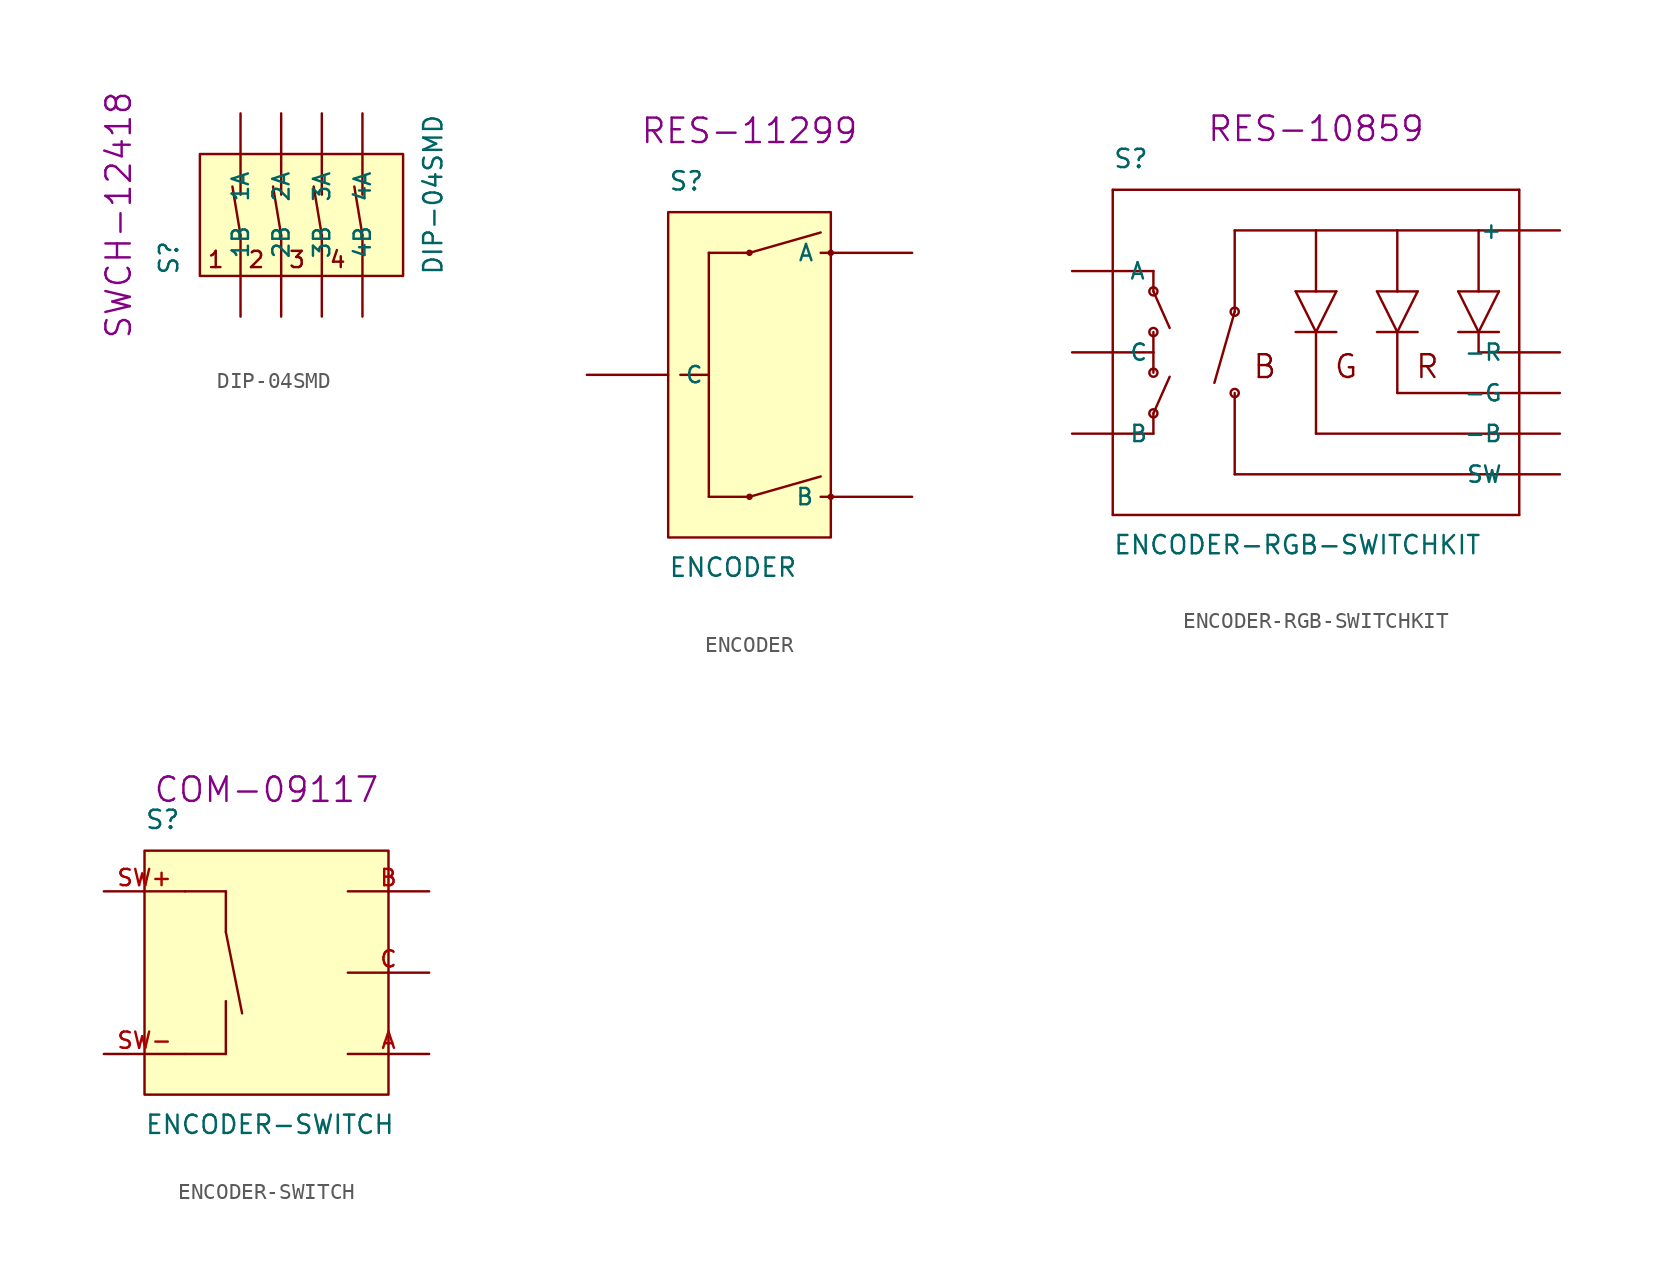
<source format=kicad_sym>
(kicad_symbol_lib
  (version 20220914)
  (generator kicad_symbol_editor)
  (symbol "DIP-04SMD"
    (pin_numbers hide)
    (pin_names
      (offset 1.016))
    (property "Reference" "S"
      (at -7.62 -3.81 90)
      (effects (font (size 1.143 1.143)) (justify left bottom)))
    (property "Value" "DIP-04SMD"
      (at 8.89 -3.81 90)
      (effects (font (size 1.143 1.143)) (justify left bottom)))
    (property "Field4" "SWCH-12418"
      (at -11.43 0 90)
      (effects (font (size 1.524 1.524))))
    (property "ki_locked" ""
      (at 0 0 0)
      (effects (font (size 1.27 1.27))))
    (symbol "DIP-04SMD_1_0"
      (polyline (pts (xy -3.81 -3.81) (xy -3.81 -1.27)) (stroke (width 0) (type solid)) (fill (type none)))
      (polyline (pts (xy -3.81 -1.27) (xy -4.318 1.778)) (stroke (width 0) (type solid)) (fill (type none)))
      (polyline (pts (xy -3.81 3.81) (xy -3.81 1.27)) (stroke (width 0) (type solid)) (fill (type none)))
      (polyline (pts (xy -1.27 -3.81) (xy -1.27 -1.27)) (stroke (width 0) (type solid)) (fill (type none)))
      (polyline (pts (xy -1.27 -1.27) (xy -1.778 1.778)) (stroke (width 0) (type solid)) (fill (type none)))
      (polyline (pts (xy -1.27 3.81) (xy -1.27 1.27)) (stroke (width 0) (type solid)) (fill (type none)))
      (polyline (pts (xy 1.27 -3.81) (xy 1.27 -1.27)) (stroke (width 0) (type solid)) (fill (type none)))
      (polyline (pts (xy 1.27 -1.27) (xy 0.762 1.778)) (stroke (width 0) (type solid)) (fill (type none)))
      (polyline (pts (xy 1.27 3.81) (xy 1.27 1.27)) (stroke (width 0) (type solid)) (fill (type none)))
      (polyline (pts (xy 3.81 -3.81) (xy 3.81 -1.27)) (stroke (width 0) (type solid)) (fill (type none)))
      (polyline (pts (xy 3.81 -1.27) (xy 3.302 1.778)) (stroke (width 0) (type solid)) (fill (type none)))
      (polyline (pts (xy 3.81 3.81) (xy 3.81 1.27)) (stroke (width 0) (type solid)) (fill (type none)))
      (text "1" (at -5.359 -2.794 0) (effects (font (size 1.016 1.016))))
      (text "2" (at -2.819 -2.794 0) (effects (font (size 1.016 1.016))))
      (text "3" (at -0.279 -2.794 0) (effects (font (size 1.016 1.016))))
      (text "4" (at 2.261 -2.794 0) (effects (font (size 1.016 1.016)))))
    (symbol "DIP-04SMD_1_1"
      (polyline (pts (xy -6.35 3.81) (xy 6.35 3.81) (xy 6.35 -3.81) (xy -6.35 -3.81) (xy -6.35 3.81)) (stroke (width 0) (type solid)) (fill (type background)))
      (pin bidirectional line (at -3.81 6.35 270) (length 2.54) (name "1A" (effects (font (size 1.016 1.016)))) (number "1" (effects (font (size 1.016 1.016)))))
      (pin bidirectional line (at -1.27 6.35 270) (length 2.54) (name "2A" (effects (font (size 1.016 1.016)))) (number "2" (effects (font (size 1.016 1.016)))))
      (pin bidirectional line (at 1.27 6.35 270) (length 2.54) (name "3A" (effects (font (size 1.016 1.016)))) (number "3" (effects (font (size 1.016 1.016)))))
      (pin bidirectional line (at 3.81 6.35 270) (length 2.54) (name "4A" (effects (font (size 1.016 1.016)))) (number "4" (effects (font (size 1.016 1.016)))))
      (pin bidirectional line (at 3.81 -6.35 90) (length 2.54) (name "4B" (effects (font (size 1.016 1.016)))) (number "5" (effects (font (size 1.016 1.016)))))
      (pin bidirectional line (at 1.27 -6.35 90) (length 2.54) (name "3B" (effects (font (size 1.016 1.016)))) (number "6" (effects (font (size 1.016 1.016)))))
      (pin bidirectional line (at -1.27 -6.35 90) (length 2.54) (name "2B" (effects (font (size 1.016 1.016)))) (number "7" (effects (font (size 1.016 1.016)))))
      (pin bidirectional line (at -3.81 -6.35 90) (length 2.54) (name "1B" (effects (font (size 1.016 1.016)))) (number "8" (effects (font (size 1.016 1.016)))))))
  (symbol "ENCODER"
    (pin_numbers hide)
    (pin_names
      (offset 1.016))
    (property "Reference" "S"
      (at -5.08 11.43 0)
      (effects (font (size 1.143 1.143)) (justify left bottom)))
    (property "Value" "ENCODER"
      (at -5.08 -12.7 0)
      (effects (font (size 1.143 1.143)) (justify left bottom)))
    (property "Field4" "RES-11299"
      (at 0 15.24 0)
      (effects (font (size 1.524 1.524))))
    (property "ki_locked" ""
      (at 0 0 0)
      (effects (font (size 1.27 1.27))))
    (symbol "ENCODER_1_0"
      (polyline (pts (xy -2.54 -7.62) (xy 0 -7.62)) (stroke (width 0) (type solid)) (fill (type none)))
      (polyline (pts (xy -2.54 0) (xy -4.318 0)) (stroke (width 0) (type solid)) (fill (type none)))
      (polyline (pts (xy -2.54 0) (xy -2.54 -7.62)) (stroke (width 0) (type solid)) (fill (type none)))
      (polyline (pts (xy -2.54 7.62) (xy -2.54 0)) (stroke (width 0) (type solid)) (fill (type none)))
      (polyline (pts (xy 0 -7.62) (xy 4.445 -6.35)) (stroke (width 0) (type solid)) (fill (type none)))
      (polyline (pts (xy 0 7.62) (xy -2.54 7.62)) (stroke (width 0) (type solid)) (fill (type none)))
      (polyline (pts (xy 0 7.62) (xy 4.445 8.89)) (stroke (width 0) (type solid)) (fill (type none)))
      (polyline (pts (xy 4.445 -7.62) (xy 5.08 -7.62)) (stroke (width 0) (type solid)) (fill (type none)))
      (polyline (pts (xy 4.445 7.62) (xy 5.08 7.62)) (stroke (width 0) (type solid)) (fill (type none))))
    (symbol "ENCODER_1_1"
      (circle (center 0 -7.62) (radius 0.127) (stroke (width 0) (type solid)) (fill (type outline)))
      (polyline (pts (xy 5.08 10.16) (xy -5.08 10.16) (xy -5.08 -10.16) (xy 5.08 -10.16) (xy 5.08 10.16)) (stroke (width 0) (type solid)) (fill (type background)))
      (circle (center 0 7.62) (radius 0.127) (stroke (width 0) (type solid)) (fill (type outline)))
      (circle (center 5.08 -7.62) (radius 0.127) (stroke (width 0) (type solid)) (fill (type outline)))
      (circle (center 5.08 7.62) (radius 0.127) (stroke (width 0) (type solid)) (fill (type outline)))
      (pin bidirectional line (at 10.16 7.62 180) (length 5.08) (name "A" (effects (font (size 1.016 1.016)))) (number "A" (effects (font (size 1.016 1.016)))))
      (pin bidirectional line (at 10.16 -7.62 180) (length 5.08) (name "B" (effects (font (size 1.016 1.016)))) (number "B" (effects (font (size 1.016 1.016)))))
      (pin bidirectional line (at -10.16 0 0) (length 5.08) (name "C" (effects (font (size 1.016 1.016)))) (number "C" (effects (font (size 1.016 1.016)))))))
  (symbol "ENCODER-RGB-SWITCHKIT"
    (pin_numbers hide)
    (pin_names
      (offset 1.016))
    (property "Reference" "S"
      (at -12.7 11.43 0)
      (effects (font (size 1.143 1.143)) (justify left bottom)))
    (property "Value" "ENCODER-RGB-SWITCHKIT"
      (at -12.7 -12.7 0)
      (effects (font (size 1.143 1.143)) (justify left bottom)))
    (property "Field4" "RES-10859"
      (at 0 13.97 0)
      (effects (font (size 1.524 1.524))))
    (property "ki_locked" ""
      (at 0 0 0)
      (effects (font (size 1.27 1.27))))
    (symbol "ENCODER-RGB-SWITCHKIT_1_0"
      (polyline (pts (xy -12.7 -10.16) (xy 12.7 -10.16)) (stroke (width 0) (type solid)) (fill (type none)))
      (polyline (pts (xy -12.7 -5.08) (xy -12.7 -10.16)) (stroke (width 0) (type solid)) (fill (type none)))
      (polyline (pts (xy -12.7 0) (xy -12.7 -5.08)) (stroke (width 0) (type solid)) (fill (type none)))
      (polyline (pts (xy -12.7 5.08) (xy -12.7 0)) (stroke (width 0) (type solid)) (fill (type none)))
      (polyline (pts (xy -12.7 5.08) (xy -10.16 5.08)) (stroke (width 0) (type solid)) (fill (type none)))
      (polyline (pts (xy -12.7 10.16) (xy -12.7 5.08)) (stroke (width 0) (type solid)) (fill (type none)))
      (polyline (pts (xy -10.16 -5.08) (xy -12.7 -5.08)) (stroke (width 0) (type solid)) (fill (type none)))
      (polyline (pts (xy -10.16 -5.08) (xy -10.16 -3.81)) (stroke (width 0) (type solid)) (fill (type none)))
      (polyline (pts (xy -10.16 -3.81) (xy -9.144 -1.524)) (stroke (width 0) (type solid)) (fill (type none)))
      (polyline (pts (xy -10.16 0) (xy -12.7 0)) (stroke (width 0) (type solid)) (fill (type none)))
      (polyline (pts (xy -10.16 0) (xy -10.16 -1.27)) (stroke (width 0) (type solid)) (fill (type none)))
      (polyline (pts (xy -10.16 0) (xy -10.16 1.27)) (stroke (width 0) (type solid)) (fill (type none)))
      (polyline (pts (xy -10.16 3.81) (xy -9.144 1.524)) (stroke (width 0) (type solid)) (fill (type none)))
      (polyline (pts (xy -10.16 5.08) (xy -10.16 3.81)) (stroke (width 0) (type solid)) (fill (type none)))
      (polyline (pts (xy -5.08 -7.62) (xy -5.08 -2.54)) (stroke (width 0) (type solid)) (fill (type none)))
      (polyline (pts (xy -5.08 -7.62) (xy 12.7 -7.62)) (stroke (width 0) (type solid)) (fill (type none)))
      (polyline (pts (xy -5.08 2.54) (xy -6.35 -1.905)) (stroke (width 0) (type solid)) (fill (type none)))
      (polyline (pts (xy -5.08 7.62) (xy -5.08 2.54)) (stroke (width 0) (type solid)) (fill (type none)))
      (polyline (pts (xy -5.08 7.62) (xy 0 7.62)) (stroke (width 0) (type solid)) (fill (type none)))
      (polyline (pts (xy -1.27 1.27) (xy 0 1.27)) (stroke (width 0) (type solid)) (fill (type none)))
      (polyline (pts (xy -1.27 3.81) (xy 0 1.27)) (stroke (width 0) (type solid)) (fill (type none)))
      (polyline (pts (xy -1.27 3.81) (xy 0 3.81)) (stroke (width 0) (type solid)) (fill (type none)))
      (polyline (pts (xy 0 -5.08) (xy 0 1.27)) (stroke (width 0) (type solid)) (fill (type none)))
      (polyline (pts (xy 0 -5.08) (xy 12.7 -5.08)) (stroke (width 0) (type solid)) (fill (type none)))
      (polyline (pts (xy 0 1.27) (xy 1.27 1.27)) (stroke (width 0) (type solid)) (fill (type none)))
      (polyline (pts (xy 0 1.27) (xy 1.27 3.81)) (stroke (width 0) (type solid)) (fill (type none)))
      (polyline (pts (xy 0 3.81) (xy 1.27 3.81)) (stroke (width 0) (type solid)) (fill (type none)))
      (polyline (pts (xy 0 7.62) (xy 0 3.81)) (stroke (width 0) (type solid)) (fill (type none)))
      (polyline (pts (xy 0 7.62) (xy 5.08 7.62)) (stroke (width 0) (type solid)) (fill (type none)))
      (polyline (pts (xy 3.81 1.27) (xy 5.08 1.27)) (stroke (width 0) (type solid)) (fill (type none)))
      (polyline (pts (xy 3.81 3.81) (xy 5.08 1.27)) (stroke (width 0) (type solid)) (fill (type none)))
      (polyline (pts (xy 3.81 3.81) (xy 5.08 3.81)) (stroke (width 0) (type solid)) (fill (type none)))
      (polyline (pts (xy 5.08 -2.54) (xy 5.08 1.27)) (stroke (width 0) (type solid)) (fill (type none)))
      (polyline (pts (xy 5.08 -2.54) (xy 12.7 -2.54)) (stroke (width 0) (type solid)) (fill (type none)))
      (polyline (pts (xy 5.08 1.27) (xy 6.35 1.27)) (stroke (width 0) (type solid)) (fill (type none)))
      (polyline (pts (xy 5.08 1.27) (xy 6.35 3.81)) (stroke (width 0) (type solid)) (fill (type none)))
      (polyline (pts (xy 5.08 3.81) (xy 6.35 3.81)) (stroke (width 0) (type solid)) (fill (type none)))
      (polyline (pts (xy 5.08 7.62) (xy 5.08 3.81)) (stroke (width 0) (type solid)) (fill (type none)))
      (polyline (pts (xy 5.08 7.62) (xy 10.16 7.62)) (stroke (width 0) (type solid)) (fill (type none)))
      (polyline (pts (xy 8.89 1.27) (xy 10.16 1.27)) (stroke (width 0) (type solid)) (fill (type none)))
      (polyline (pts (xy 8.89 3.81) (xy 10.16 1.27)) (stroke (width 0) (type solid)) (fill (type none)))
      (polyline (pts (xy 8.89 3.81) (xy 10.16 3.81)) (stroke (width 0) (type solid)) (fill (type none)))
      (polyline (pts (xy 10.16 0) (xy 10.16 1.27)) (stroke (width 0) (type solid)) (fill (type none)))
      (polyline (pts (xy 10.16 0) (xy 12.7 0)) (stroke (width 0) (type solid)) (fill (type none)))
      (polyline (pts (xy 10.16 1.27) (xy 11.43 1.27)) (stroke (width 0) (type solid)) (fill (type none)))
      (polyline (pts (xy 10.16 1.27) (xy 11.43 3.81)) (stroke (width 0) (type solid)) (fill (type none)))
      (polyline (pts (xy 10.16 3.81) (xy 11.43 3.81)) (stroke (width 0) (type solid)) (fill (type none)))
      (polyline (pts (xy 10.16 7.62) (xy 10.16 3.81)) (stroke (width 0) (type solid)) (fill (type none)))
      (polyline (pts (xy 10.16 7.62) (xy 12.7 7.62)) (stroke (width 0) (type solid)) (fill (type none)))
      (polyline (pts (xy 12.7 10.16) (xy -12.7 10.16)) (stroke (width 0) (type solid)) (fill (type none)))
      (polyline (pts (xy 12.7 10.16) (xy 12.7 -10.16)) (stroke (width 0) (type solid)) (fill (type none)))
      (text "B" (at -3.2 -0.889 0) (effects (font (size 1.422 1.422))))
      (text "G" (at 1.88 -0.889 0) (effects (font (size 1.422 1.422))))
      (text "R" (at 6.96 -0.889 0) (effects (font (size 1.422 1.422)))))
    (symbol "ENCODER-RGB-SWITCHKIT_1_1"
      (circle (center -10.16 -3.81) (radius 0.254) (stroke (width 0) (type solid)) (fill (type none)))
      (circle (center -10.16 -1.27) (radius 0.254) (stroke (width 0) (type solid)) (fill (type none)))
      (circle (center -10.16 1.27) (radius 0.254) (stroke (width 0) (type solid)) (fill (type none)))
      (circle (center -10.16 3.81) (radius 0.254) (stroke (width 0) (type solid)) (fill (type none)))
      (circle (center -5.08 -2.54) (radius 0.254) (stroke (width 0) (type solid)) (fill (type none)))
      (circle (center -5.08 2.54) (radius 0.254) (stroke (width 0) (type solid)) (fill (type none)))
      (pin passive line (at 15.24 0 180) (length 2.54) (name "-R" (effects (font (size 1.016 1.016)))) (number "1" (effects (font (size 1.016 1.016)))))
      (pin passive line (at 15.24 -2.54 180) (length 2.54) (name "-G" (effects (font (size 1.016 1.016)))) (number "2" (effects (font (size 1.016 1.016)))))
      (pin passive line (at 15.24 -7.62 180) (length 2.54) (name "SW" (effects (font (size 1.016 1.016)))) (number "3" (effects (font (size 1.016 1.016)))))
      (pin passive line (at 15.24 -5.08 180) (length 2.54) (name "-B" (effects (font (size 1.016 1.016)))) (number "4" (effects (font (size 1.016 1.016)))))
      (pin passive line (at 15.24 7.62 180) (length 2.54) (name "+" (effects (font (size 1.016 1.016)))) (number "5" (effects (font (size 1.016 1.016)))))
      (pin bidirectional line (at -15.24 5.08 0) (length 2.54) (name "A" (effects (font (size 1.016 1.016)))) (number "A" (effects (font (size 1.016 1.016)))))
      (pin bidirectional line (at -15.24 -5.08 0) (length 2.54) (name "B" (effects (font (size 1.016 1.016)))) (number "B" (effects (font (size 1.016 1.016)))))
      (pin bidirectional line (at -15.24 0 0) (length 2.54) (name "C" (effects (font (size 1.016 1.016)))) (number "C" (effects (font (size 1.016 1.016)))))))
  (symbol "ENCODER-SWITCH"
    (pin_names
      (offset 1.016) hide)
    (property "Reference" "S"
      (at -7.62 8.89 0)
      (effects (font (size 1.143 1.143)) (justify left bottom)))
    (property "Value" "ENCODER-SWITCH"
      (at -7.62 -10.16 0)
      (effects (font (size 1.143 1.143)) (justify left bottom)))
    (property "Field4" "COM-09117"
      (at 0 11.43 0)
      (effects (font (size 1.524 1.524))))
    (property "ki_locked" ""
      (at 0 0 0)
      (effects (font (size 1.27 1.27))))
    (symbol "ENCODER-SWITCH_1_0"
      (polyline (pts (xy -5.08 -5.08) (xy -2.54 -5.08)) (stroke (width 0) (type solid)) (fill (type none)))
      (polyline (pts (xy -5.08 5.08) (xy -2.54 5.08)) (stroke (width 0) (type solid)) (fill (type none)))
      (polyline (pts (xy -2.54 -5.08) (xy -2.54 -1.778)) (stroke (width 0) (type solid)) (fill (type none)))
      (polyline (pts (xy -2.54 2.54) (xy -1.524 -2.54)) (stroke (width 0) (type solid)) (fill (type none)))
      (polyline (pts (xy -2.54 5.08) (xy -2.54 2.54)) (stroke (width 0) (type solid)) (fill (type none))))
    (symbol "ENCODER-SWITCH_1_1"
      (polyline (pts (xy -7.62 7.62) (xy 7.62 7.62) (xy 7.62 -7.62) (xy -7.62 -7.62) (xy -7.62 7.62)) (stroke (width 0) (type solid)) (fill (type background)))
      (pin bidirectional line (at 10.16 -5.08 180) (length 5.08) (name "A" (effects (font (size 1.016 1.016)))) (number "A" (effects (font (size 1.016 1.016)))))
      (pin bidirectional line (at 10.16 5.08 180) (length 5.08) (name "B" (effects (font (size 1.016 1.016)))) (number "B" (effects (font (size 1.016 1.016)))))
      (pin bidirectional line (at 10.16 0 180) (length 5.08) (name "C" (effects (font (size 1.016 1.016)))) (number "C" (effects (font (size 1.016 1.016)))))
      (pin bidirectional line (at -10.16 5.08 0) (length 5.08) (name "SW+" (effects (font (size 1.016 1.016)))) (number "SW+" (effects (font (size 1.016 1.016)))))
      (pin bidirectional line (at -10.16 -5.08 0) (length 5.08) (name "SW-" (effects (font (size 1.016 1.016)))) (number "SW-" (effects (font (size 1.016 1.016))))))))
</source>
